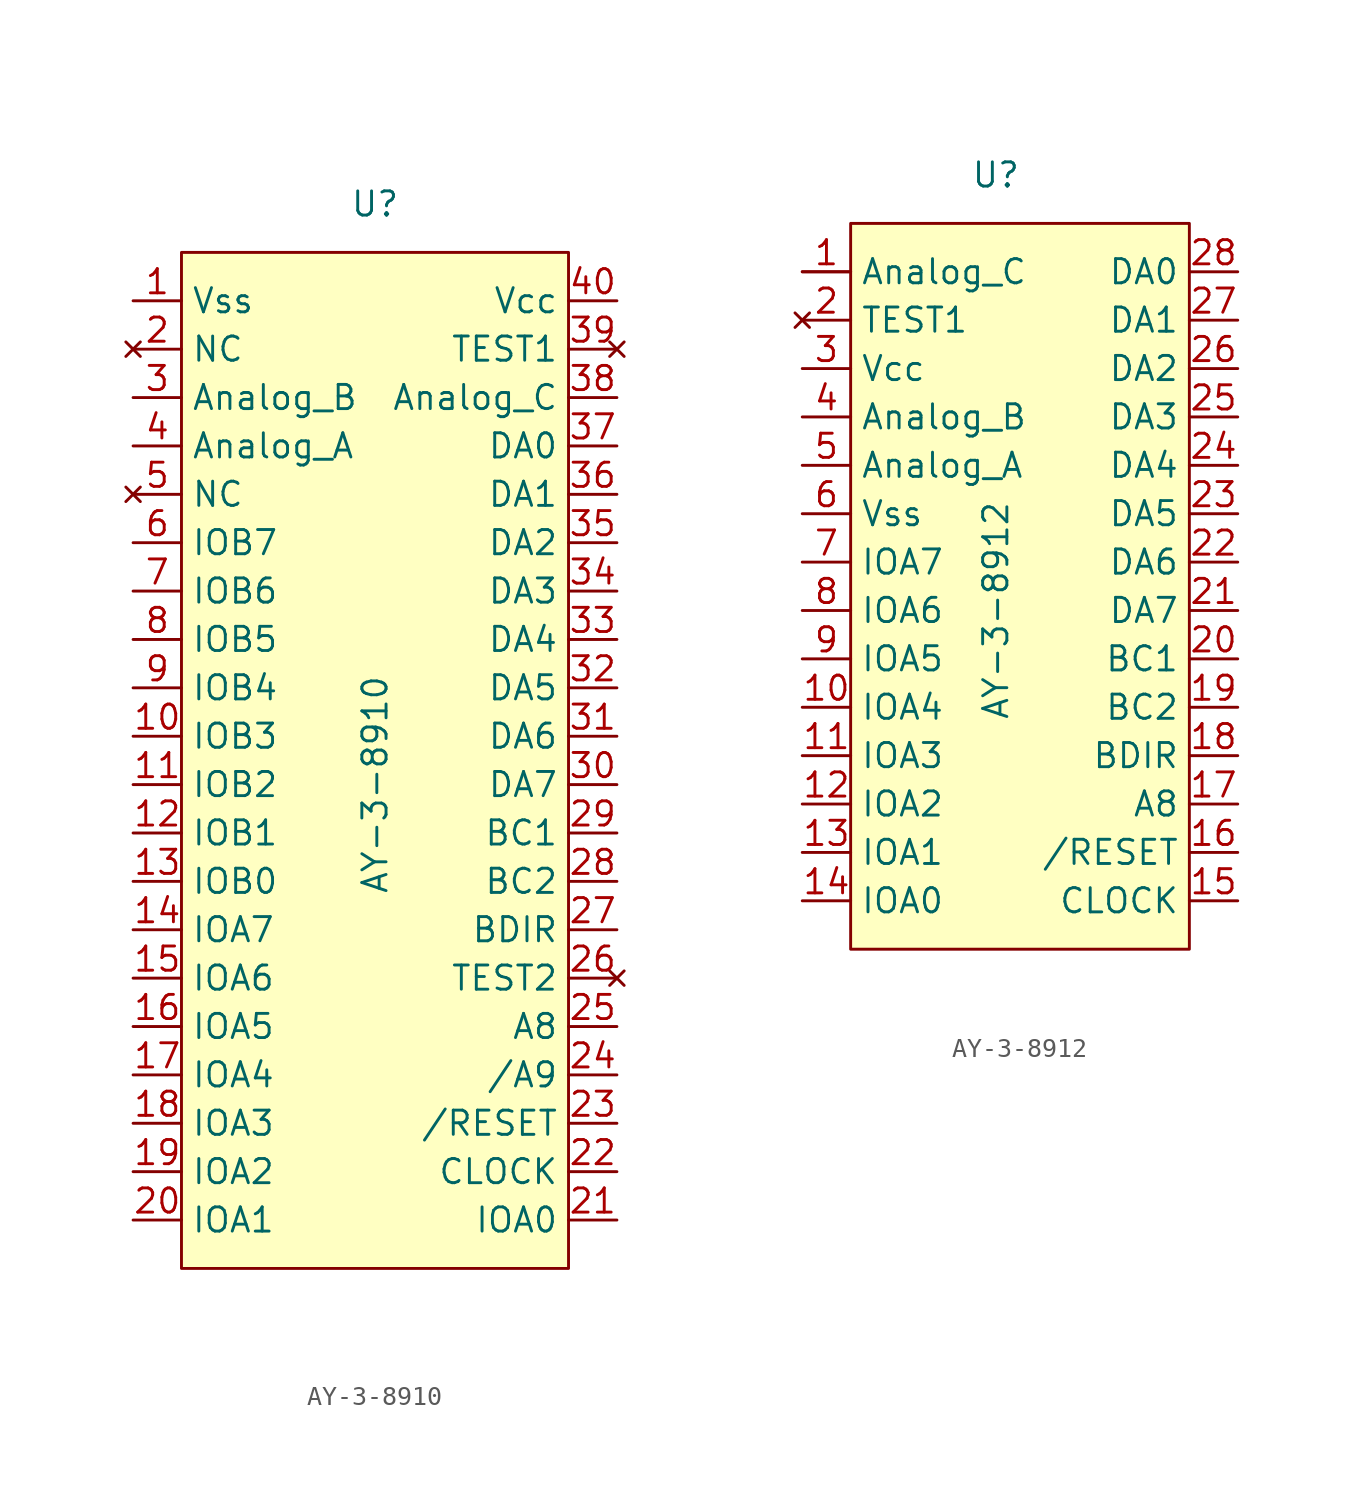
<source format=kicad_sym>
(kicad_symbol_lib
  (version 20211014)
  (generator kicad_symbol_editor)
  (symbol "AY-3-8910"
    (property "Reference" "U"
      (at 0 30.48 0)
      (effects (font (size 1.27 1.27))))
    (property "Value" "AY-3-8910"
      (at 0 0 90)
      (effects (font (size 1.27 1.27))))
    (symbol "AY-3-8910_0_1"
      (rectangle (start -10.16 27.94) (end 10.16 -25.4) (stroke (width 0.152) (type default) (color 0 0 0 0)) (fill (type background))))
    (symbol "AY-3-8910_1_1"
      (pin power_in line (at -12.7 25.4 0) (length 2.54) (name "Vss" (effects (font (size 1.27 1.27)))) (number "1" (effects (font (size 1.27 1.27)))))
      (pin bidirectional line (at -12.7 2.54 0) (length 2.54) (name "IOB3" (effects (font (size 1.27 1.27)))) (number "10" (effects (font (size 1.27 1.27)))))
      (pin bidirectional line (at -12.7 0 0) (length 2.54) (name "IOB2" (effects (font (size 1.27 1.27)))) (number "11" (effects (font (size 1.27 1.27)))))
      (pin bidirectional line (at -12.7 -2.54 0) (length 2.54) (name "IOB1" (effects (font (size 1.27 1.27)))) (number "12" (effects (font (size 1.27 1.27)))))
      (pin bidirectional line (at -12.7 -5.08 0) (length 2.54) (name "IOB0" (effects (font (size 1.27 1.27)))) (number "13" (effects (font (size 1.27 1.27)))))
      (pin bidirectional line (at -12.7 -7.62 0) (length 2.54) (name "IOA7" (effects (font (size 1.27 1.27)))) (number "14" (effects (font (size 1.27 1.27)))))
      (pin bidirectional line (at -12.7 -10.16 0) (length 2.54) (name "IOA6" (effects (font (size 1.27 1.27)))) (number "15" (effects (font (size 1.27 1.27)))))
      (pin bidirectional line (at -12.7 -12.7 0) (length 2.54) (name "IOA5" (effects (font (size 1.27 1.27)))) (number "16" (effects (font (size 1.27 1.27)))))
      (pin bidirectional line (at -12.7 -15.24 0) (length 2.54) (name "IOA4" (effects (font (size 1.27 1.27)))) (number "17" (effects (font (size 1.27 1.27)))))
      (pin bidirectional line (at -12.7 -17.78 0) (length 2.54) (name "IOA3" (effects (font (size 1.27 1.27)))) (number "18" (effects (font (size 1.27 1.27)))))
      (pin bidirectional line (at -12.7 -20.32 0) (length 2.54) (name "IOA2" (effects (font (size 1.27 1.27)))) (number "19" (effects (font (size 1.27 1.27)))))
      (pin no_connect line (at -12.7 22.86 0) (length 2.54) (name "NC" (effects (font (size 1.27 1.27)))) (number "2" (effects (font (size 1.27 1.27)))))
      (pin bidirectional line (at -12.7 -22.86 0) (length 2.54) (name "IOA1" (effects (font (size 1.27 1.27)))) (number "20" (effects (font (size 1.27 1.27)))))
      (pin bidirectional line (at 12.7 -22.86 180) (length 2.54) (name "IOA0" (effects (font (size 1.27 1.27)))) (number "21" (effects (font (size 1.27 1.27)))))
      (pin input line (at 12.7 -20.32 180) (length 2.54) (name "CLOCK" (effects (font (size 1.27 1.27)))) (number "22" (effects (font (size 1.27 1.27)))))
      (pin input line (at 12.7 -17.78 180) (length 2.54) (name "/RESET" (effects (font (size 1.27 1.27)))) (number "23" (effects (font (size 1.27 1.27)))))
      (pin input line (at 12.7 -15.24 180) (length 2.54) (name "/A9" (effects (font (size 1.27 1.27)))) (number "24" (effects (font (size 1.27 1.27)))))
      (pin input line (at 12.7 -12.7 180) (length 2.54) (name "A8" (effects (font (size 1.27 1.27)))) (number "25" (effects (font (size 1.27 1.27)))))
      (pin no_connect line (at 12.7 -10.16 180) (length 2.54) (name "TEST2" (effects (font (size 1.27 1.27)))) (number "26" (effects (font (size 1.27 1.27)))))
      (pin input line (at 12.7 -7.62 180) (length 2.54) (name "BDIR" (effects (font (size 1.27 1.27)))) (number "27" (effects (font (size 1.27 1.27)))))
      (pin input line (at 12.7 -5.08 180) (length 2.54) (name "BC2" (effects (font (size 1.27 1.27)))) (number "28" (effects (font (size 1.27 1.27)))))
      (pin input line (at 12.7 -2.54 180) (length 2.54) (name "BC1" (effects (font (size 1.27 1.27)))) (number "29" (effects (font (size 1.27 1.27)))))
      (pin output line (at -12.7 20.32 0) (length 2.54) (name "Analog_B" (effects (font (size 1.27 1.27)))) (number "3" (effects (font (size 1.27 1.27)))))
      (pin bidirectional line (at 12.7 0 180) (length 2.54) (name "DA7" (effects (font (size 1.27 1.27)))) (number "30" (effects (font (size 1.27 1.27)))))
      (pin bidirectional line (at 12.7 2.54 180) (length 2.54) (name "DA6" (effects (font (size 1.27 1.27)))) (number "31" (effects (font (size 1.27 1.27)))))
      (pin bidirectional line (at 12.7 5.08 180) (length 2.54) (name "DA5" (effects (font (size 1.27 1.27)))) (number "32" (effects (font (size 1.27 1.27)))))
      (pin bidirectional line (at 12.7 7.62 180) (length 2.54) (name "DA4" (effects (font (size 1.27 1.27)))) (number "33" (effects (font (size 1.27 1.27)))))
      (pin bidirectional line (at 12.7 10.16 180) (length 2.54) (name "DA3" (effects (font (size 1.27 1.27)))) (number "34" (effects (font (size 1.27 1.27)))))
      (pin bidirectional line (at 12.7 12.7 180) (length 2.54) (name "DA2" (effects (font (size 1.27 1.27)))) (number "35" (effects (font (size 1.27 1.27)))))
      (pin bidirectional line (at 12.7 15.24 180) (length 2.54) (name "DA1" (effects (font (size 1.27 1.27)))) (number "36" (effects (font (size 1.27 1.27)))))
      (pin bidirectional line (at 12.7 17.78 180) (length 2.54) (name "DA0" (effects (font (size 1.27 1.27)))) (number "37" (effects (font (size 1.27 1.27)))))
      (pin output line (at 12.7 20.32 180) (length 2.54) (name "Analog_C" (effects (font (size 1.27 1.27)))) (number "38" (effects (font (size 1.27 1.27)))))
      (pin no_connect line (at 12.7 22.86 180) (length 2.54) (name "TEST1" (effects (font (size 1.27 1.27)))) (number "39" (effects (font (size 1.27 1.27)))))
      (pin output line (at -12.7 17.78 0) (length 2.54) (name "Analog_A" (effects (font (size 1.27 1.27)))) (number "4" (effects (font (size 1.27 1.27)))))
      (pin input line (at 12.7 25.4 180) (length 2.54) (name "Vcc" (effects (font (size 1.27 1.27)))) (number "40" (effects (font (size 1.27 1.27)))))
      (pin no_connect line (at -12.7 15.24 0) (length 2.54) (name "NC" (effects (font (size 1.27 1.27)))) (number "5" (effects (font (size 1.27 1.27)))))
      (pin bidirectional line (at -12.7 12.7 0) (length 2.54) (name "IOB7" (effects (font (size 1.27 1.27)))) (number "6" (effects (font (size 1.27 1.27)))))
      (pin bidirectional line (at -12.7 10.16 0) (length 2.54) (name "IOB6" (effects (font (size 1.27 1.27)))) (number "7" (effects (font (size 1.27 1.27)))))
      (pin bidirectional line (at -12.7 7.62 0) (length 2.54) (name "IOB5" (effects (font (size 1.27 1.27)))) (number "8" (effects (font (size 1.27 1.27)))))
      (pin bidirectional line (at -12.7 5.08 0) (length 2.54) (name "IOB4" (effects (font (size 1.27 1.27)))) (number "9" (effects (font (size 1.27 1.27)))))))
  (symbol "AY-3-8912"
    (property "Reference" "U"
      (at 0 12.7 0)
      (effects (font (size 1.27 1.27))))
    (property "Value" "AY-3-8912"
      (at 0 -10.16 90)
      (effects (font (size 1.27 1.27))))
    (symbol "AY-3-8912_0_1"
      (rectangle (start -7.62 7.62) (end -10.16 7.62) (stroke (width 0.152) (type default) (color 0 0 0 0)) (fill (type none)))
      (rectangle (start -7.62 10.16) (end 10.16 -27.94) (stroke (width 0.152) (type default) (color 0 0 0 0)) (fill (type background))))
    (symbol "AY-3-8912_1_1"
      (pin output line (at -10.16 7.62 0) (length 2.54) (name "Analog_C" (effects (font (size 1.27 1.27)))) (number "1" (effects (font (size 1.27 1.27)))))
      (pin bidirectional line (at -10.16 -15.24 0) (length 2.54) (name "IOA4" (effects (font (size 1.27 1.27)))) (number "10" (effects (font (size 1.27 1.27)))))
      (pin bidirectional line (at -10.16 -17.78 0) (length 2.54) (name "IOA3" (effects (font (size 1.27 1.27)))) (number "11" (effects (font (size 1.27 1.27)))))
      (pin bidirectional line (at -10.16 -20.32 0) (length 2.54) (name "IOA2" (effects (font (size 1.27 1.27)))) (number "12" (effects (font (size 1.27 1.27)))))
      (pin bidirectional line (at -10.16 -22.86 0) (length 2.54) (name "IOA1" (effects (font (size 1.27 1.27)))) (number "13" (effects (font (size 1.27 1.27)))))
      (pin bidirectional line (at -10.16 -25.4 0) (length 2.54) (name "IOA0" (effects (font (size 1.27 1.27)))) (number "14" (effects (font (size 1.27 1.27)))))
      (pin input line (at 12.7 -25.4 180) (length 2.54) (name "CLOCK" (effects (font (size 1.27 1.27)))) (number "15" (effects (font (size 1.27 1.27)))))
      (pin input line (at 12.7 -22.86 180) (length 2.54) (name "/RESET" (effects (font (size 1.27 1.27)))) (number "16" (effects (font (size 1.27 1.27)))))
      (pin input line (at 12.7 -20.32 180) (length 2.54) (name "A8" (effects (font (size 1.27 1.27)))) (number "17" (effects (font (size 1.27 1.27)))))
      (pin input line (at 12.7 -17.78 180) (length 2.54) (name "BDIR" (effects (font (size 1.27 1.27)))) (number "18" (effects (font (size 1.27 1.27)))))
      (pin input line (at 12.7 -15.24 180) (length 2.54) (name "BC2" (effects (font (size 1.27 1.27)))) (number "19" (effects (font (size 1.27 1.27)))))
      (pin no_connect line (at -10.16 5.08 0) (length 2.54) (name "TEST1" (effects (font (size 1.27 1.27)))) (number "2" (effects (font (size 1.27 1.27)))))
      (pin input line (at 12.7 -12.7 180) (length 2.54) (name "BC1" (effects (font (size 1.27 1.27)))) (number "20" (effects (font (size 1.27 1.27)))))
      (pin bidirectional line (at 12.7 -10.16 180) (length 2.54) (name "DA7" (effects (font (size 1.27 1.27)))) (number "21" (effects (font (size 1.27 1.27)))))
      (pin bidirectional line (at 12.7 -7.62 180) (length 2.54) (name "DA6" (effects (font (size 1.27 1.27)))) (number "22" (effects (font (size 1.27 1.27)))))
      (pin bidirectional line (at 12.7 -5.08 180) (length 2.54) (name "DA5" (effects (font (size 1.27 1.27)))) (number "23" (effects (font (size 1.27 1.27)))))
      (pin bidirectional line (at 12.7 -2.54 180) (length 2.54) (name "DA4" (effects (font (size 1.27 1.27)))) (number "24" (effects (font (size 1.27 1.27)))))
      (pin bidirectional line (at 12.7 0 180) (length 2.54) (name "DA3" (effects (font (size 1.27 1.27)))) (number "25" (effects (font (size 1.27 1.27)))))
      (pin bidirectional line (at 12.7 2.54 180) (length 2.54) (name "DA2" (effects (font (size 1.27 1.27)))) (number "26" (effects (font (size 1.27 1.27)))))
      (pin bidirectional line (at 12.7 5.08 180) (length 2.54) (name "DA1" (effects (font (size 1.27 1.27)))) (number "27" (effects (font (size 1.27 1.27)))))
      (pin bidirectional line (at 12.7 7.62 180) (length 2.54) (name "DA0" (effects (font (size 1.27 1.27)))) (number "28" (effects (font (size 1.27 1.27)))))
      (pin power_in line (at -10.16 2.54 0) (length 2.54) (name "Vcc" (effects (font (size 1.27 1.27)))) (number "3" (effects (font (size 1.27 1.27)))))
      (pin output line (at -10.16 0 0) (length 2.54) (name "Analog_B" (effects (font (size 1.27 1.27)))) (number "4" (effects (font (size 1.27 1.27)))))
      (pin output line (at -10.16 -2.54 0) (length 2.54) (name "Analog_A" (effects (font (size 1.27 1.27)))) (number "5" (effects (font (size 1.27 1.27)))))
      (pin power_in line (at -10.16 -5.08 0) (length 2.54) (name "Vss" (effects (font (size 1.27 1.27)))) (number "6" (effects (font (size 1.27 1.27)))))
      (pin bidirectional line (at -10.16 -7.62 0) (length 2.54) (name "IOA7" (effects (font (size 1.27 1.27)))) (number "7" (effects (font (size 1.27 1.27)))))
      (pin bidirectional line (at -10.16 -10.16 0) (length 2.54) (name "IOA6" (effects (font (size 1.27 1.27)))) (number "8" (effects (font (size 1.27 1.27)))))
      (pin bidirectional line (at -10.16 -12.7 0) (length 2.54) (name "IOA5" (effects (font (size 1.27 1.27)))) (number "9" (effects (font (size 1.27 1.27))))))))
</source>
